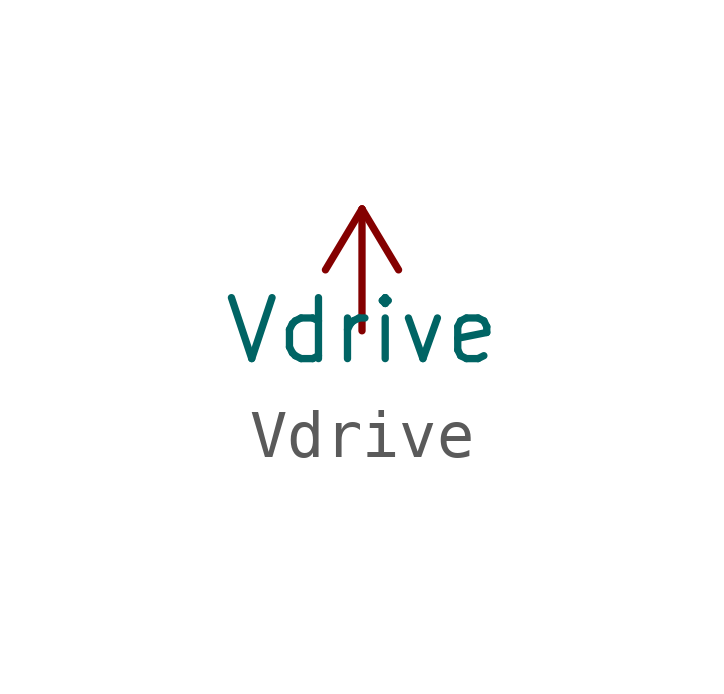
<source format=kicad_sym>
(kicad_symbol_lib
  (version 20220914)
  (generator kicad_symbol_editor)
  (symbol "Vdrive"
    (power)
    (property "Reference" "~"
      (at 0 0 0)
      (effects (font (size 1.27 1.27)) hide))
    (property "Value" "Vdrive"
      (at 0 0 0)
      (effects (font (size 1.27 1.27))))
    (symbol "Vdrive_0_1"
      (polyline (pts (xy -0.762 1.27) (xy 0 2.54)) (stroke (width 0) (type default)) (fill (type none)))
      (polyline (pts (xy 0 0) (xy 0 2.54)) (stroke (width 0) (type default)) (fill (type none)))
      (polyline (pts (xy 0 2.54) (xy 0.762 1.27)) (stroke (width 0) (type default)) (fill (type none))))
    (symbol "Vdrive_1_1"
      (pin power_in line (at 0 0 90) (length 0) hide (name "Vdrive" (effects (font (size 1.27 1.27)))) (number "1" (effects (font (size 1.27 1.27))))))))
</source>
